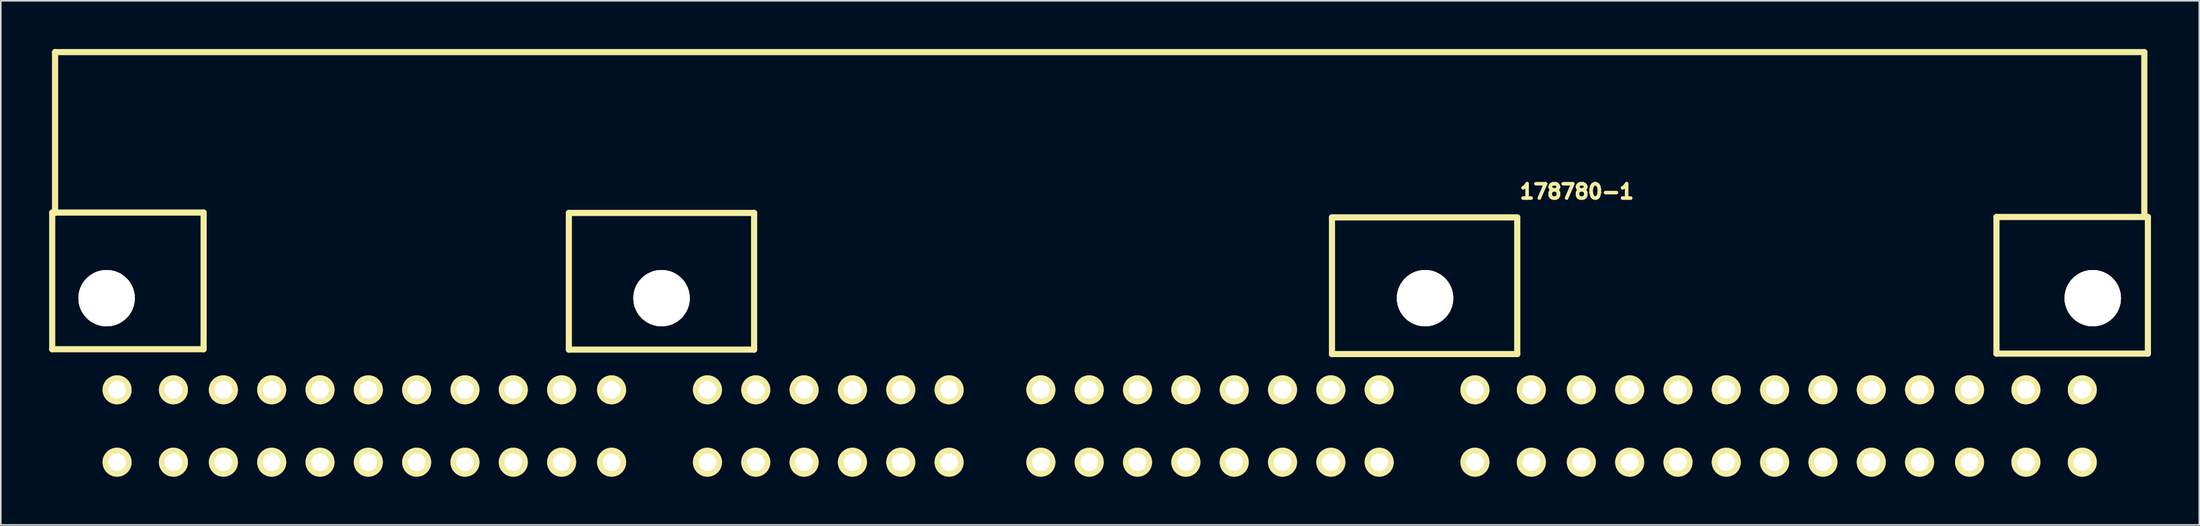
<source format=kicad_pcb>
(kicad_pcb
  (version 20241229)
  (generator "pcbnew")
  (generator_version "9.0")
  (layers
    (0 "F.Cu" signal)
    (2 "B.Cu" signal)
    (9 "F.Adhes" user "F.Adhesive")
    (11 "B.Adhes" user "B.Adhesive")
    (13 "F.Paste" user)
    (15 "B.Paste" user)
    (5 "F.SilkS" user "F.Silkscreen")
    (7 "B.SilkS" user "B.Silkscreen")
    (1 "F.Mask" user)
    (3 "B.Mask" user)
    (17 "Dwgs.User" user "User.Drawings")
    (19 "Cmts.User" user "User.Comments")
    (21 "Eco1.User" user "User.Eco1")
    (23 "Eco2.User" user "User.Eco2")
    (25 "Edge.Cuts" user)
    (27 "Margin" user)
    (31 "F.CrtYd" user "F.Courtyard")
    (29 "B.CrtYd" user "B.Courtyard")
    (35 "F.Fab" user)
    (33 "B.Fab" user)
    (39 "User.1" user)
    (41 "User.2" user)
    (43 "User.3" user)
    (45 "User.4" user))
  (footprint "178780-1"
    (layer "F.Cu")
    (at 113.766 25.69)
    (property "Reference" "178780-1" (at -18.925 -16.825 0) (layer "F.SilkS") (effects (font (size 0.889 0.889) (thickness 0.222))))
    (attr through_hole)
    (fp_line (start -113.575 -15.524) (end -104.175 -15.524) (stroke (width 0.381) (type solid)) (layer "F.SilkS"))
    (fp_line (start -113.575 -7.025) (end -113.575 -15.524) (stroke (width 0.381) (type solid)) (layer "F.SilkS"))
    (fp_line (start -113.575 -7.025) (end -104.175 -7.025) (stroke (width 0.381) (type solid)) (layer "F.SilkS"))
    (fp_line (start -113.398 -25.499) (end -113.398 -15.499) (stroke (width 0.381) (type solid)) (layer "F.SilkS"))
    (fp_line (start -113.398 -25.499) (end 16.302 -25.499) (stroke (width 0.381) (type solid)) (layer "F.SilkS"))
    (fp_line (start -104.175 -7.025) (end -104.175 -15.524) (stroke (width 0.381) (type solid)) (layer "F.SilkS"))
    (fp_line (start -81.501 -15.499) (end -70 -15.499) (stroke (width 0.381) (type solid)) (layer "F.SilkS"))
    (fp_line (start -81.501 -7) (end -81.501 -15.499) (stroke (width 0.381) (type solid)) (layer "F.SilkS"))
    (fp_line (start -81.501 -7) (end -70 -7) (stroke (width 0.381) (type solid)) (layer "F.SilkS"))
    (fp_line (start -70 -7) (end -70 -15.499) (stroke (width 0.381) (type solid)) (layer "F.SilkS"))
    (fp_line (start -34.126 -6.726) (end -34.126 -15.224) (stroke (width 0.381) (type solid)) (layer "F.SilkS"))
    (fp_line (start -22.625 -15.224) (end -34.126 -15.224) (stroke (width 0.381) (type solid)) (layer "F.SilkS"))
    (fp_line (start -22.625 -15.224) (end -22.625 -6.726) (stroke (width 0.381) (type solid)) (layer "F.SilkS"))
    (fp_line (start -22.625 -6.726) (end -34.126 -6.726) (stroke (width 0.381) (type solid)) (layer "F.SilkS"))
    (fp_line (start 7.125 -15.249) (end 16.526 -15.249) (stroke (width 0.381) (type solid)) (layer "F.SilkS"))
    (fp_line (start 7.125 -6.751) (end 7.125 -15.249) (stroke (width 0.381) (type solid)) (layer "F.SilkS"))
    (fp_line (start 16.302 -25.499) (end 16.302 -15.499) (stroke (width 0.381) (type solid)) (layer "F.SilkS"))
    (fp_line (start 16.526 -15.249) (end 16.526 -6.751) (stroke (width 0.381) (type solid)) (layer "F.SilkS"))
    (fp_line (start 16.526 -6.751) (end 7.125 -6.751) (stroke (width 0.381) (type solid)) (layer "F.SilkS"))
    (pad "" thru_hole circle (at -110.198 -10.201) (size 3.5 3.5) (drill 3.5) (layers "*.Cu" "*.Mask" "F.SilkS"))
    (pad "" thru_hole circle (at -75.748 -10.201) (size 3.5 3.5) (drill 3.5) (layers "*.Cu" "*.Mask" "F.SilkS"))
    (pad "" thru_hole circle (at -28.348 -10.201) (size 3.5 3.5) (drill 3.5) (layers "*.Cu" "*.Mask" "F.SilkS"))
    (pad "" thru_hole circle (at 13.102 -10.201) (size 3.5 3.5) (drill 3.5) (layers "*.Cu" "*.Mask" "F.SilkS"))
    (pad "1" thru_hole circle (at -109.548 0) (size 1.8 1.8) (drill 1.1) (layers "*.Cu" "*.Mask" "F.SilkS"))
    (pad "2" thru_hole circle (at -106.05 0) (size 1.8 1.8) (drill 1.1) (layers "*.Cu" "*.Mask" "F.SilkS"))
    (pad "3" thru_hole circle (at -102.949 0) (size 1.8 1.8) (drill 1.1) (layers "*.Cu" "*.Mask" "F.SilkS"))
    (pad "4" thru_hole circle (at -99.949 0) (size 1.8 1.8) (drill 1.1) (layers "*.Cu" "*.Mask" "F.SilkS"))
    (pad "5" thru_hole circle (at -96.949 0) (size 1.8 1.8) (drill 1.1) (layers "*.Cu" "*.Mask" "F.SilkS"))
    (pad "6" thru_hole circle (at -93.95 0) (size 1.8 1.8) (drill 1.1) (layers "*.Cu" "*.Mask" "F.SilkS"))
    (pad "7" thru_hole circle (at -90.95 0) (size 1.8 1.8) (drill 1.1) (layers "*.Cu" "*.Mask" "F.SilkS"))
    (pad "8" thru_hole circle (at -87.95 0) (size 1.8 1.8) (drill 1.1) (layers "*.Cu" "*.Mask" "F.SilkS"))
    (pad "9" thru_hole circle (at -84.95 0) (size 1.8 1.8) (drill 1.1) (layers "*.Cu" "*.Mask" "F.SilkS"))
    (pad "10" thru_hole circle (at -81.951 0) (size 1.8 1.8) (drill 1.1) (layers "*.Cu" "*.Mask" "F.SilkS"))
    (pad "11" thru_hole circle (at -78.849 0) (size 1.8 1.8) (drill 1.1) (layers "*.Cu" "*.Mask" "F.SilkS"))
    (pad "12" thru_hole circle (at -109.548 -4.501 180) (size 1.8 1.8) (drill 1.1) (layers "*.Cu" "*.Mask" "F.SilkS"))
    (pad "13" thru_hole circle (at -106.05 -4.501 180) (size 1.8 1.8) (drill 1.1) (layers "*.Cu" "*.Mask" "F.SilkS"))
    (pad "14" thru_hole circle (at -102.949 -4.501 180) (size 1.8 1.8) (drill 1.1) (layers "*.Cu" "*.Mask" "F.SilkS"))
    (pad "15" thru_hole circle (at -99.949 -4.501 180) (size 1.8 1.8) (drill 1.1) (layers "*.Cu" "*.Mask" "F.SilkS"))
    (pad "16" thru_hole circle (at -96.949 -4.501 180) (size 1.8 1.8) (drill 1.1) (layers "*.Cu" "*.Mask" "F.SilkS"))
    (pad "17" thru_hole circle (at -93.95 -4.501 180) (size 1.8 1.8) (drill 1.1) (layers "*.Cu" "*.Mask" "F.SilkS"))
    (pad "18" thru_hole circle (at -90.95 -4.501 180) (size 1.8 1.8) (drill 1.1) (layers "*.Cu" "*.Mask" "F.SilkS"))
    (pad "19" thru_hole circle (at -87.95 -4.501 180) (size 1.8 1.8) (drill 1.1) (layers "*.Cu" "*.Mask" "F.SilkS"))
    (pad "20" thru_hole circle (at -84.95 -4.501 180) (size 1.8 1.8) (drill 1.1) (layers "*.Cu" "*.Mask" "F.SilkS"))
    (pad "21" thru_hole circle (at -81.951 -4.501 180) (size 1.8 1.8) (drill 1.1) (layers "*.Cu" "*.Mask" "F.SilkS"))
    (pad "22" thru_hole circle (at -78.849 -4.501 180) (size 1.8 1.8) (drill 1.1) (layers "*.Cu" "*.Mask" "F.SilkS"))
    (pad "23" thru_hole circle (at -52.198 0) (size 1.8 1.8) (drill 1.1) (layers "*.Cu" "*.Mask" "F.SilkS"))
    (pad "24" thru_hole circle (at -49.198 0) (size 1.8 1.8) (drill 1.1) (layers "*.Cu" "*.Mask" "F.SilkS"))
    (pad "25" thru_hole circle (at -46.198 0) (size 1.8 1.8) (drill 1.1) (layers "*.Cu" "*.Mask" "F.SilkS"))
    (pad "26" thru_hole circle (at -43.198 0) (size 1.8 1.8) (drill 1.1) (layers "*.Cu" "*.Mask" "F.SilkS"))
    (pad "27" thru_hole circle (at -40.196 0) (size 1.8 1.8) (drill 1.1) (layers "*.Cu" "*.Mask" "F.SilkS"))
    (pad "28" thru_hole circle (at -37.196 0) (size 1.8 1.8) (drill 1.1) (layers "*.Cu" "*.Mask" "F.SilkS"))
    (pad "29" thru_hole circle (at -34.197 0) (size 1.8 1.8) (drill 1.1) (layers "*.Cu" "*.Mask" "F.SilkS"))
    (pad "30" thru_hole circle (at -31.197 0) (size 1.8 1.8) (drill 1.1) (layers "*.Cu" "*.Mask" "F.SilkS"))
    (pad "31" thru_hole circle (at -52.198 -4.501 180) (size 1.8 1.8) (drill 1.1) (layers "*.Cu" "*.Mask" "F.SilkS"))
    (pad "32" thru_hole circle (at -49.198 -4.501 180) (size 1.8 1.8) (drill 1.1) (layers "*.Cu" "*.Mask" "F.SilkS"))
    (pad "33" thru_hole circle (at -46.198 -4.501 180) (size 1.8 1.8) (drill 1.1) (layers "*.Cu" "*.Mask" "F.SilkS"))
    (pad "34" thru_hole circle (at -43.198 -4.501 180) (size 1.8 1.8) (drill 1.1) (layers "*.Cu" "*.Mask" "F.SilkS"))
    (pad "35" thru_hole circle (at -40.196 -4.501 180) (size 1.8 1.8) (drill 1.1) (layers "*.Cu" "*.Mask" "F.SilkS"))
    (pad "36" thru_hole circle (at -37.196 -4.501 180) (size 1.8 1.8) (drill 1.1) (layers "*.Cu" "*.Mask" "F.SilkS"))
    (pad "37" thru_hole circle (at -34.197 -4.501 180) (size 1.8 1.8) (drill 1.1) (layers "*.Cu" "*.Mask" "F.SilkS"))
    (pad "38" thru_hole circle (at -31.197 -4.501 180) (size 1.8 1.8) (drill 1.1) (layers "*.Cu" "*.Mask" "F.SilkS"))
    (pad "39" thru_hole circle (at -25.251 0) (size 1.8 1.8) (drill 1.1) (layers "*.Cu" "*.Mask" "F.SilkS"))
    (pad "40" thru_hole circle (at -21.751 0) (size 1.8 1.8) (drill 1.1) (layers "*.Cu" "*.Mask" "F.SilkS"))
    (pad "41" thru_hole circle (at -18.647 0) (size 1.8 1.8) (drill 1.1) (layers "*.Cu" "*.Mask" "F.SilkS"))
    (pad "42" thru_hole circle (at -15.647 0) (size 1.8 1.8) (drill 1.1) (layers "*.Cu" "*.Mask" "F.SilkS"))
    (pad "43" thru_hole circle (at -12.647 0) (size 1.8 1.8) (drill 1.1) (layers "*.Cu" "*.Mask" "F.SilkS"))
    (pad "44" thru_hole circle (at -9.648 0) (size 1.8 1.8) (drill 1.1) (layers "*.Cu" "*.Mask" "F.SilkS"))
    (pad "45" thru_hole circle (at -6.648 0) (size 1.8 1.8) (drill 1.1) (layers "*.Cu" "*.Mask" "F.SilkS"))
    (pad "46" thru_hole circle (at -3.648 0) (size 1.8 1.8) (drill 1.1) (layers "*.Cu" "*.Mask" "F.SilkS"))
    (pad "47" thru_hole circle (at -0.648 0) (size 1.8 1.8) (drill 1.1) (layers "*.Cu" "*.Mask" "F.SilkS"))
    (pad "48" thru_hole circle (at 2.351 0) (size 1.8 1.8) (drill 1.1) (layers "*.Cu" "*.Mask" "F.SilkS"))
    (pad "49" thru_hole circle (at 5.453 0) (size 1.8 1.8) (drill 1.1) (layers "*.Cu" "*.Mask" "F.SilkS"))
    (pad "50" thru_hole circle (at 8.953 0) (size 1.8 1.8) (drill 1.1) (layers "*.Cu" "*.Mask" "F.SilkS"))
    (pad "51" thru_hole circle (at 12.453 0) (size 1.8 1.8) (drill 1.1) (layers "*.Cu" "*.Mask" "F.SilkS"))
    (pad "52" thru_hole circle (at -25.251 -4.501 180) (size 1.8 1.8) (drill 1.1) (layers "*.Cu" "*.Mask" "F.SilkS"))
    (pad "53" thru_hole circle (at -21.751 -4.501 180) (size 1.8 1.8) (drill 1.1) (layers "*.Cu" "*.Mask" "F.SilkS"))
    (pad "54" thru_hole circle (at -18.647 -4.501 180) (size 1.8 1.8) (drill 1.1) (layers "*.Cu" "*.Mask" "F.SilkS"))
    (pad "55" thru_hole circle (at -15.647 -4.501 180) (size 1.8 1.8) (drill 1.1) (layers "*.Cu" "*.Mask" "F.SilkS"))
    (pad "56" thru_hole circle (at -12.647 -4.501 180) (size 1.8 1.8) (drill 1.1) (layers "*.Cu" "*.Mask" "F.SilkS"))
    (pad "57" thru_hole circle (at -9.648 -4.501 180) (size 1.8 1.8) (drill 1.1) (layers "*.Cu" "*.Mask" "F.SilkS"))
    (pad "58" thru_hole circle (at -6.648 -4.501 180) (size 1.8 1.8) (drill 1.1) (layers "*.Cu" "*.Mask" "F.SilkS"))
    (pad "59" thru_hole circle (at -3.648 -4.501 180) (size 1.8 1.8) (drill 1.1) (layers "*.Cu" "*.Mask" "F.SilkS"))
    (pad "60" thru_hole circle (at -0.648 -4.501 180) (size 1.8 1.8) (drill 1.1) (layers "*.Cu" "*.Mask" "F.SilkS"))
    (pad "61" thru_hole circle (at 2.351 -4.501 180) (size 1.8 1.8) (drill 1.1) (layers "*.Cu" "*.Mask" "F.SilkS"))
    (pad "62" thru_hole circle (at 5.453 -4.501 180) (size 1.8 1.8) (drill 1.1) (layers "*.Cu" "*.Mask" "F.SilkS"))
    (pad "63" thru_hole circle (at 8.953 -4.501 180) (size 1.8 1.8) (drill 1.1) (layers "*.Cu" "*.Mask" "F.SilkS"))
    (pad "64" thru_hole circle (at 12.453 -4.501 180) (size 1.8 1.8) (drill 1.1) (layers "*.Cu" "*.Mask" "F.SilkS"))
    (pad "65" thru_hole circle (at -72.898 0) (size 1.8 1.8) (drill 1.1) (layers "*.Cu" "*.Mask" "F.SilkS"))
    (pad "66" thru_hole circle (at -69.898 0) (size 1.8 1.8) (drill 1.1) (layers "*.Cu" "*.Mask" "F.SilkS"))
    (pad "67" thru_hole circle (at -66.898 0) (size 1.8 1.8) (drill 1.1) (layers "*.Cu" "*.Mask" "F.SilkS"))
    (pad "68" thru_hole circle (at -63.898 0) (size 1.8 1.8) (drill 1.1) (layers "*.Cu" "*.Mask" "F.SilkS"))
    (pad "69" thru_hole circle (at -60.896 0) (size 1.8 1.8) (drill 1.1) (layers "*.Cu" "*.Mask" "F.SilkS"))
    (pad "70" thru_hole circle (at -57.896 0) (size 1.8 1.8) (drill 1.1) (layers "*.Cu" "*.Mask" "F.SilkS"))
    (pad "71" thru_hole circle (at -72.898 -4.501 180) (size 1.8 1.8) (drill 1.1) (layers "*.Cu" "*.Mask" "F.SilkS"))
    (pad "72" thru_hole circle (at -69.898 -4.501 180) (size 1.8 1.8) (drill 1.1) (layers "*.Cu" "*.Mask" "F.SilkS"))
    (pad "73" thru_hole circle (at -66.898 -4.501 180) (size 1.8 1.8) (drill 1.1) (layers "*.Cu" "*.Mask" "F.SilkS"))
    (pad "74" thru_hole circle (at -63.898 -4.501 180) (size 1.8 1.8) (drill 1.1) (layers "*.Cu" "*.Mask" "F.SilkS"))
    (pad "75" thru_hole circle (at -60.896 -4.501 180) (size 1.8 1.8) (drill 1.1) (layers "*.Cu" "*.Mask" "F.SilkS"))
    (pad "76" thru_hole circle (at -57.896 -4.501 180) (size 1.8 1.8) (drill 1.1) (layers "*.Cu" "*.Mask" "F.SilkS")))
  (gr_rect
    (start -3 -3)
    (end 133.482 29.59)
    (stroke (width 0.1) (type default))
    (fill no)
    (layer "Edge.Cuts")))
</source>
